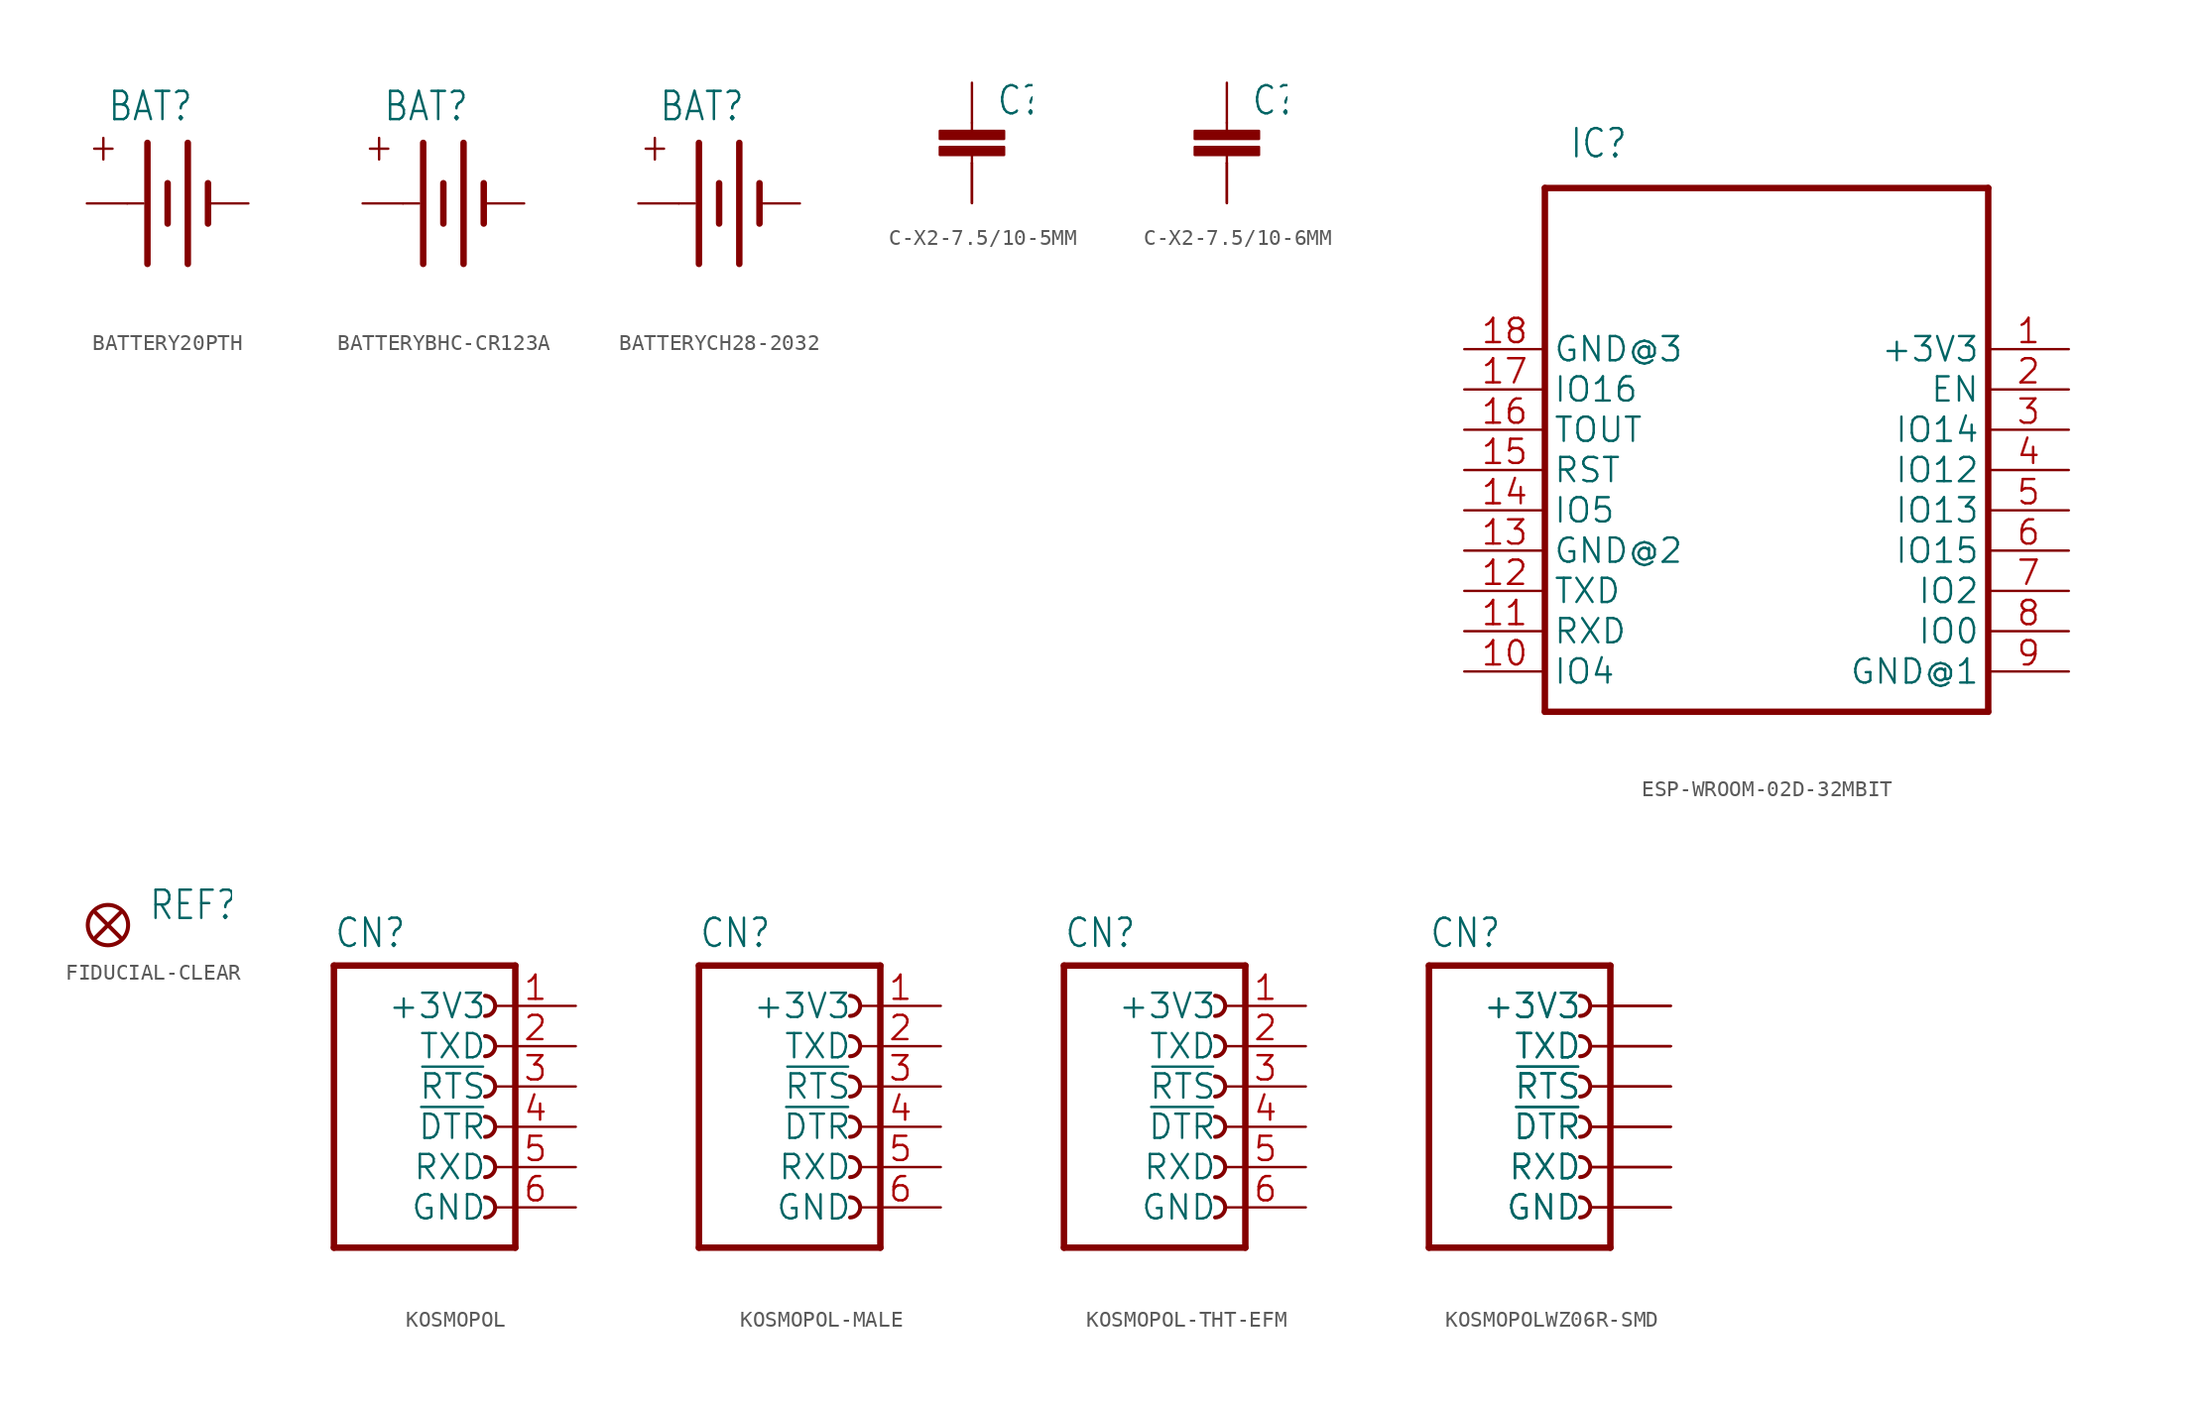
<source format=kicad_sym>
(kicad_symbol_lib
  (version 20241209)
  (generator "kicad_symbol_editor")
  (generator_version "9.0")
  (symbol "BATTERY20PTH"
    (property "Reference" "BAT"
      (at -3.81 5.08 0)
      (effects (font (size 1.778 1.511)) (justify left bottom)))
    (property "Value" ""
      (at -3.81 -6.35 0)
      (effects (font (size 1.778 1.511)) (justify left bottom)))
    (property "ki_locked" ""
      (at 0 0 0)
      (effects (font (size 1.27 1.27))))
    (symbol "BATTERY20PTH_1_0"
      (polyline (pts (xy -2.54 0) (xy -1.524 0)) (stroke (width 0.152) (type solid)) (fill (type none)))
      (polyline (pts (xy -1.27 3.81) (xy -1.27 -3.81)) (stroke (width 0.406) (type solid)) (fill (type none)))
      (polyline (pts (xy 0 1.27) (xy 0 -1.27)) (stroke (width 0.406) (type solid)) (fill (type none)))
      (polyline (pts (xy 1.27 3.81) (xy 1.27 -3.81)) (stroke (width 0.406) (type solid)) (fill (type none)))
      (polyline (pts (xy 2.54 1.27) (xy 2.54 -1.27)) (stroke (width 0.406) (type solid)) (fill (type none)))
      (text "+" (at -5.08 2.54 0) (effects (font (size 1.778 1.511)) (justify left bottom)))
      (pin power_in line (at -5.08 0 0) (length 2.54) (name "+" (effects (font (size 0 0)))) (number "1" (effects (font (size 0 0)))))
      (pin power_in line (at 5.08 0 180) (length 2.54) (name "-" (effects (font (size 0 0)))) (number "2" (effects (font (size 0 0)))))))
  (symbol "BATTERYBHC-CR123A"
    (property "Reference" "BAT"
      (at -3.81 5.08 0)
      (effects (font (size 1.778 1.511)) (justify left bottom)))
    (property "Value" ""
      (at -3.81 -6.35 0)
      (effects (font (size 1.778 1.511)) (justify left bottom)))
    (property "ki_locked" ""
      (at 0 0 0)
      (effects (font (size 1.27 1.27))))
    (symbol "BATTERYBHC-CR123A_1_0"
      (polyline (pts (xy -2.54 0) (xy -1.524 0)) (stroke (width 0.152) (type solid)) (fill (type none)))
      (polyline (pts (xy -1.27 3.81) (xy -1.27 -3.81)) (stroke (width 0.406) (type solid)) (fill (type none)))
      (polyline (pts (xy 0 1.27) (xy 0 -1.27)) (stroke (width 0.406) (type solid)) (fill (type none)))
      (polyline (pts (xy 1.27 3.81) (xy 1.27 -3.81)) (stroke (width 0.406) (type solid)) (fill (type none)))
      (polyline (pts (xy 2.54 1.27) (xy 2.54 -1.27)) (stroke (width 0.406) (type solid)) (fill (type none)))
      (text "+" (at -5.08 2.54 0) (effects (font (size 1.778 1.511)) (justify left bottom)))
      (pin power_in line (at -5.08 0 0) (length 2.54) (name "+" (effects (font (size 0 0)))) (number "VCC" (effects (font (size 0 0)))))
      (pin power_in line (at 5.08 0 180) (length 2.54) (name "-" (effects (font (size 0 0)))) (number "GND" (effects (font (size 0 0)))))))
  (symbol "BATTERYCH28-2032"
    (property "Reference" "BAT"
      (at -3.81 5.08 0)
      (effects (font (size 1.778 1.511)) (justify left bottom)))
    (property "Value" ""
      (at -3.81 -6.35 0)
      (effects (font (size 1.778 1.511)) (justify left bottom)))
    (property "ki_locked" ""
      (at 0 0 0)
      (effects (font (size 1.27 1.27))))
    (symbol "BATTERYCH28-2032_1_0"
      (polyline (pts (xy -2.54 0) (xy -1.524 0)) (stroke (width 0.152) (type solid)) (fill (type none)))
      (polyline (pts (xy -1.27 3.81) (xy -1.27 -3.81)) (stroke (width 0.406) (type solid)) (fill (type none)))
      (polyline (pts (xy 0 1.27) (xy 0 -1.27)) (stroke (width 0.406) (type solid)) (fill (type none)))
      (polyline (pts (xy 1.27 3.81) (xy 1.27 -3.81)) (stroke (width 0.406) (type solid)) (fill (type none)))
      (polyline (pts (xy 2.54 1.27) (xy 2.54 -1.27)) (stroke (width 0.406) (type solid)) (fill (type none)))
      (text "+" (at -5.08 2.54 0) (effects (font (size 1.778 1.511)) (justify left bottom)))
      (pin power_in line (at -5.08 0 0) (length 2.54) (name "+" (effects (font (size 0 0)))) (number "+" (effects (font (size 0 0)))))
      (pin power_in line (at 5.08 0 180) (length 2.54) (name "-" (effects (font (size 0 0)))) (number "-" (effects (font (size 0 0)))))))
  (symbol "C-X2-7.5/10-5MM"
    (property "Reference" "C"
      (at 1.524 0.381 0)
      (effects (font (size 1.778 1.511)) (justify left bottom)))
    (property "Value" ""
      (at 1.524 -4.699 0)
      (effects (font (size 1.778 1.511)) (justify left bottom)))
    (property "ki_locked" ""
      (at 0 0 0)
      (effects (font (size 1.27 1.27))))
    (symbol "C-X2-7.5/10-5MM_1_0"
      (rectangle (start -2.032 -1.016) (end 2.032 -0.508) (stroke (width 0) (type default)) (fill (type outline)))
      (rectangle (start -2.032 -2.032) (end 2.032 -1.524) (stroke (width 0) (type default)) (fill (type outline)))
      (polyline (pts (xy 0 0) (xy 0 -0.508)) (stroke (width 0.152) (type solid)) (fill (type none)))
      (polyline (pts (xy 0 -2.54) (xy 0 -2.032)) (stroke (width 0.152) (type solid)) (fill (type none)))
      (pin passive line (at 0 2.54 270) (length 2.54) (name "1" (effects (font (size 0 0)))) (number "1" (effects (font (size 0 0)))))
      (pin passive line (at 0 -5.08 90) (length 2.54) (name "2" (effects (font (size 0 0)))) (number "2A" (effects (font (size 0 0)))))
      (pin passive line (at 0 -5.08 90) (length 2.54) (name "2" (effects (font (size 0 0)))) (number "2B" (effects (font (size 0 0)))))))
  (symbol "C-X2-7.5/10-6MM"
    (property "Reference" "C"
      (at 1.524 0.381 0)
      (effects (font (size 1.778 1.511)) (justify left bottom)))
    (property "Value" ""
      (at 1.524 -4.699 0)
      (effects (font (size 1.778 1.511)) (justify left bottom)))
    (property "ki_locked" ""
      (at 0 0 0)
      (effects (font (size 1.27 1.27))))
    (symbol "C-X2-7.5/10-6MM_1_0"
      (rectangle (start -2.032 -1.016) (end 2.032 -0.508) (stroke (width 0) (type default)) (fill (type outline)))
      (rectangle (start -2.032 -2.032) (end 2.032 -1.524) (stroke (width 0) (type default)) (fill (type outline)))
      (polyline (pts (xy 0 0) (xy 0 -0.508)) (stroke (width 0.152) (type solid)) (fill (type none)))
      (polyline (pts (xy 0 -2.54) (xy 0 -2.032)) (stroke (width 0.152) (type solid)) (fill (type none)))
      (pin passive line (at 0 2.54 270) (length 2.54) (name "1" (effects (font (size 0 0)))) (number "1" (effects (font (size 0 0)))))
      (pin passive line (at 0 -5.08 90) (length 2.54) (name "2" (effects (font (size 0 0)))) (number "2A" (effects (font (size 0 0)))))
      (pin passive line (at 0 -5.08 90) (length 2.54) (name "2" (effects (font (size 0 0)))) (number "2B" (effects (font (size 0 0)))))))
  (symbol "ESP-WROOM-02D-32MBIT"
    (property "Reference" "IC"
      (at -11.176 22.098 0)
      (effects (font (size 1.778 1.511)) (justify left bottom)))
    (property "Value" ""
      (at -10.16 15.24 0)
      (effects (font (size 1.422 1.209)) (justify left bottom)))
    (property "ki_locked" ""
      (at 0 0 0)
      (effects (font (size 1.27 1.27))))
    (symbol "ESP-WROOM-02D-32MBIT_1_0"
      (polyline (pts (xy -12.7 20.32) (xy -12.7 -12.7)) (stroke (width 0.406) (type solid)) (fill (type none)))
      (polyline (pts (xy -12.7 -12.7) (xy 15.24 -12.7)) (stroke (width 0.406) (type solid)) (fill (type none)))
      (polyline (pts (xy 15.24 20.32) (xy -12.7 20.32)) (stroke (width 0.406) (type solid)) (fill (type none)))
      (polyline (pts (xy 15.24 -12.7) (xy 15.24 20.32)) (stroke (width 0.406) (type solid)) (fill (type none)))
      (pin power_in line (at -17.78 10.16 0) (length 5.08) (name "GND@3" (effects (font (size 1.524 1.524)))) (number "18" (effects (font (size 1.524 1.524)))))
      (pin bidirectional line (at -17.78 7.62 0) (length 5.08) (name "IO16" (effects (font (size 1.524 1.524)))) (number "17" (effects (font (size 1.524 1.524)))))
      (pin bidirectional line (at -17.78 5.08 0) (length 5.08) (name "TOUT" (effects (font (size 1.524 1.524)))) (number "16" (effects (font (size 1.524 1.524)))))
      (pin bidirectional line (at -17.78 2.54 0) (length 5.08) (name "RST" (effects (font (size 1.524 1.524)))) (number "15" (effects (font (size 1.524 1.524)))))
      (pin bidirectional line (at -17.78 0 0) (length 5.08) (name "IO5" (effects (font (size 1.524 1.524)))) (number "14" (effects (font (size 1.524 1.524)))))
      (pin power_in line (at -17.78 -2.54 0) (length 5.08) (name "GND@2" (effects (font (size 1.524 1.524)))) (number "13" (effects (font (size 1.524 1.524)))))
      (pin bidirectional line (at -17.78 -5.08 0) (length 5.08) (name "TXD" (effects (font (size 1.524 1.524)))) (number "12" (effects (font (size 1.524 1.524)))))
      (pin bidirectional line (at -17.78 -7.62 0) (length 5.08) (name "RXD" (effects (font (size 1.524 1.524)))) (number "11" (effects (font (size 1.524 1.524)))))
      (pin bidirectional line (at -17.78 -10.16 0) (length 5.08) (name "IO4" (effects (font (size 1.524 1.524)))) (number "10" (effects (font (size 1.524 1.524)))))
      (pin power_in line (at 20.32 10.16 180) (length 5.08) (name "+3V3" (effects (font (size 1.524 1.524)))) (number "1" (effects (font (size 1.524 1.524)))))
      (pin bidirectional line (at 20.32 7.62 180) (length 5.08) (name "EN" (effects (font (size 1.524 1.524)))) (number "2" (effects (font (size 1.524 1.524)))))
      (pin bidirectional line (at 20.32 5.08 180) (length 5.08) (name "IO14" (effects (font (size 1.524 1.524)))) (number "3" (effects (font (size 1.524 1.524)))))
      (pin bidirectional line (at 20.32 2.54 180) (length 5.08) (name "IO12" (effects (font (size 1.524 1.524)))) (number "4" (effects (font (size 1.524 1.524)))))
      (pin bidirectional line (at 20.32 0 180) (length 5.08) (name "IO13" (effects (font (size 1.524 1.524)))) (number "5" (effects (font (size 1.524 1.524)))))
      (pin bidirectional line (at 20.32 -2.54 180) (length 5.08) (name "IO15" (effects (font (size 1.524 1.524)))) (number "6" (effects (font (size 1.524 1.524)))))
      (pin bidirectional line (at 20.32 -5.08 180) (length 5.08) (name "IO2" (effects (font (size 1.524 1.524)))) (number "7" (effects (font (size 1.524 1.524)))))
      (pin bidirectional line (at 20.32 -7.62 180) (length 5.08) (name "IO0" (effects (font (size 1.524 1.524)))) (number "8" (effects (font (size 1.524 1.524)))))
      (pin power_in line (at 20.32 -10.16 180) (length 5.08) (name "GND@1" (effects (font (size 1.524 1.524)))) (number "9" (effects (font (size 1.524 1.524)))))))
  (symbol "FIDUCIAL-CLEAR"
    (property "Reference" "REF"
      (at 2.54 1.27 0)
      (effects (font (size 1.778 1.511)) (justify left)))
    (property "Value" ""
      (at 2.54 -1.27 0)
      (effects (font (size 1.778 1.511)) (justify left)))
    (property "ki_locked" ""
      (at 0 0 0)
      (effects (font (size 1.27 1.27))))
    (symbol "FIDUCIAL-CLEAR_1_0"
      (polyline (pts (xy -0.762 0.762) (xy 0.762 -0.762)) (stroke (width 0.254) (type solid)) (fill (type none)))
      (circle (center 0 0) (radius 1.27) (stroke (width 0.254) (type solid)) (fill (type none)))
      (polyline (pts (xy 0.762 0.762) (xy -0.762 -0.762)) (stroke (width 0.254) (type solid)) (fill (type none)))))
  (symbol "KOSMOPOL"
    (property "Reference" "CN"
      (at -5.08 11.176 0)
      (effects (font (size 1.778 1.511)) (justify left bottom)))
    (property "Value" ""
      (at -5.08 -8.382 0)
      (effects (font (size 1.778 1.511)) (justify left top)))
    (property "ki_locked" ""
      (at 0 0 0)
      (effects (font (size 1.27 1.27))))
    (symbol "KOSMOPOL_1_0"
      (polyline (pts (xy -5.08 -7.62) (xy -5.08 10.16)) (stroke (width 0.406) (type solid)) (fill (type none)))
      (polyline (pts (xy -5.08 -7.62) (xy 6.35 -7.62)) (stroke (width 0.406) (type solid)) (fill (type none)))
      (arc (start 4.445 8.255) (mid 5.08 7.62) (end 4.445 6.985) (stroke (width 0.254) (type solid)) (fill (type none)))
      (arc (start 4.445 5.715) (mid 5.08 5.08) (end 4.445 4.445) (stroke (width 0.254) (type solid)) (fill (type none)))
      (arc (start 4.445 3.175) (mid 5.08 2.54) (end 4.445 1.905) (stroke (width 0.254) (type solid)) (fill (type none)))
      (arc (start 4.445 0.635) (mid 5.08 0) (end 4.445 -0.635) (stroke (width 0.254) (type solid)) (fill (type none)))
      (arc (start 4.445 -1.905) (mid 5.08 -2.54) (end 4.445 -3.175) (stroke (width 0.254) (type solid)) (fill (type none)))
      (arc (start 4.445 -4.445) (mid 5.08 -5.08) (end 4.445 -5.715) (stroke (width 0.254) (type solid)) (fill (type none)))
      (polyline (pts (xy 6.35 10.16) (xy -5.08 10.16)) (stroke (width 0.406) (type solid)) (fill (type none)))
      (polyline (pts (xy 6.35 10.16) (xy 6.35 -7.62)) (stroke (width 0.406) (type solid)) (fill (type none)))
      (pin power_in line (at 10.16 7.62 180) (length 5.08) (name "+3V3" (effects (font (size 1.524 1.524)))) (number "1" (effects (font (size 1.524 1.524)))))
      (pin output line (at 10.16 5.08 180) (length 5.08) (name "TXD" (effects (font (size 1.524 1.524)))) (number "2" (effects (font (size 1.524 1.524)))))
      (pin output line (at 10.16 2.54 180) (length 5.08) (name "~{RTS}" (effects (font (size 1.524 1.524)))) (number "3" (effects (font (size 1.524 1.524)))))
      (pin output line (at 10.16 0 180) (length 5.08) (name "~{DTR}" (effects (font (size 1.524 1.524)))) (number "4" (effects (font (size 1.524 1.524)))))
      (pin input line (at 10.16 -2.54 180) (length 5.08) (name "RXD" (effects (font (size 1.524 1.524)))) (number "5" (effects (font (size 1.524 1.524)))))
      (pin power_in line (at 10.16 -5.08 180) (length 5.08) (name "GND" (effects (font (size 1.524 1.524)))) (number "6" (effects (font (size 1.524 1.524)))))))
  (symbol "KOSMOPOL-MALE"
    (property "Reference" "CN"
      (at -5.08 11.176 0)
      (effects (font (size 1.778 1.511)) (justify left bottom)))
    (property "Value" ""
      (at -5.08 -8.382 0)
      (effects (font (size 1.778 1.511)) (justify left top)))
    (property "ki_locked" ""
      (at 0 0 0)
      (effects (font (size 1.27 1.27))))
    (symbol "KOSMOPOL-MALE_1_0"
      (polyline (pts (xy -5.08 -7.62) (xy -5.08 10.16)) (stroke (width 0.406) (type solid)) (fill (type none)))
      (polyline (pts (xy -5.08 -7.62) (xy 6.35 -7.62)) (stroke (width 0.406) (type solid)) (fill (type none)))
      (arc (start 4.445 8.255) (mid 5.08 7.62) (end 4.445 6.985) (stroke (width 0.254) (type solid)) (fill (type none)))
      (arc (start 4.445 5.715) (mid 5.08 5.08) (end 4.445 4.445) (stroke (width 0.254) (type solid)) (fill (type none)))
      (arc (start 4.445 3.175) (mid 5.08 2.54) (end 4.445 1.905) (stroke (width 0.254) (type solid)) (fill (type none)))
      (arc (start 4.445 0.635) (mid 5.08 0) (end 4.445 -0.635) (stroke (width 0.254) (type solid)) (fill (type none)))
      (arc (start 4.445 -1.905) (mid 5.08 -2.54) (end 4.445 -3.175) (stroke (width 0.254) (type solid)) (fill (type none)))
      (arc (start 4.445 -4.445) (mid 5.08 -5.08) (end 4.445 -5.715) (stroke (width 0.254) (type solid)) (fill (type none)))
      (polyline (pts (xy 6.35 10.16) (xy -5.08 10.16)) (stroke (width 0.406) (type solid)) (fill (type none)))
      (polyline (pts (xy 6.35 10.16) (xy 6.35 -7.62)) (stroke (width 0.406) (type solid)) (fill (type none)))
      (pin power_in line (at 10.16 7.62 180) (length 5.08) (name "+3V3" (effects (font (size 1.524 1.524)))) (number "1" (effects (font (size 1.524 1.524)))))
      (pin output line (at 10.16 5.08 180) (length 5.08) (name "TXD" (effects (font (size 1.524 1.524)))) (number "2" (effects (font (size 1.524 1.524)))))
      (pin output line (at 10.16 2.54 180) (length 5.08) (name "~{RTS}" (effects (font (size 1.524 1.524)))) (number "3" (effects (font (size 1.524 1.524)))))
      (pin output line (at 10.16 0 180) (length 5.08) (name "~{DTR}" (effects (font (size 1.524 1.524)))) (number "4" (effects (font (size 1.524 1.524)))))
      (pin input line (at 10.16 -2.54 180) (length 5.08) (name "RXD" (effects (font (size 1.524 1.524)))) (number "5" (effects (font (size 1.524 1.524)))))
      (pin power_in line (at 10.16 -5.08 180) (length 5.08) (name "GND" (effects (font (size 1.524 1.524)))) (number "6" (effects (font (size 1.524 1.524)))))))
  (symbol "KOSMOPOL-THT-EFM"
    (property "Reference" "CN"
      (at -5.08 11.176 0)
      (effects (font (size 1.778 1.511)) (justify left bottom)))
    (property "Value" ""
      (at -5.08 -8.382 0)
      (effects (font (size 1.778 1.511)) (justify left top)))
    (property "ki_locked" ""
      (at 0 0 0)
      (effects (font (size 1.27 1.27))))
    (symbol "KOSMOPOL-THT-EFM_1_0"
      (polyline (pts (xy -5.08 -7.62) (xy -5.08 10.16)) (stroke (width 0.406) (type solid)) (fill (type none)))
      (polyline (pts (xy -5.08 -7.62) (xy 6.35 -7.62)) (stroke (width 0.406) (type solid)) (fill (type none)))
      (arc (start 4.445 8.255) (mid 5.08 7.62) (end 4.445 6.985) (stroke (width 0.254) (type solid)) (fill (type none)))
      (arc (start 4.445 5.715) (mid 5.08 5.08) (end 4.445 4.445) (stroke (width 0.254) (type solid)) (fill (type none)))
      (arc (start 4.445 3.175) (mid 5.08 2.54) (end 4.445 1.905) (stroke (width 0.254) (type solid)) (fill (type none)))
      (arc (start 4.445 0.635) (mid 5.08 0) (end 4.445 -0.635) (stroke (width 0.254) (type solid)) (fill (type none)))
      (arc (start 4.445 -1.905) (mid 5.08 -2.54) (end 4.445 -3.175) (stroke (width 0.254) (type solid)) (fill (type none)))
      (arc (start 4.445 -4.445) (mid 5.08 -5.08) (end 4.445 -5.715) (stroke (width 0.254) (type solid)) (fill (type none)))
      (polyline (pts (xy 6.35 10.16) (xy -5.08 10.16)) (stroke (width 0.406) (type solid)) (fill (type none)))
      (polyline (pts (xy 6.35 10.16) (xy 6.35 -7.62)) (stroke (width 0.406) (type solid)) (fill (type none)))
      (pin power_in line (at 10.16 7.62 180) (length 5.08) (name "+3V3" (effects (font (size 1.524 1.524)))) (number "1" (effects (font (size 1.524 1.524)))))
      (pin output line (at 10.16 5.08 180) (length 5.08) (name "TXD" (effects (font (size 1.524 1.524)))) (number "2" (effects (font (size 1.524 1.524)))))
      (pin output line (at 10.16 2.54 180) (length 5.08) (name "~{RTS}" (effects (font (size 1.524 1.524)))) (number "3" (effects (font (size 1.524 1.524)))))
      (pin output line (at 10.16 0 180) (length 5.08) (name "~{DTR}" (effects (font (size 1.524 1.524)))) (number "4" (effects (font (size 1.524 1.524)))))
      (pin input line (at 10.16 -2.54 180) (length 5.08) (name "RXD" (effects (font (size 1.524 1.524)))) (number "5" (effects (font (size 1.524 1.524)))))
      (pin power_in line (at 10.16 -5.08 180) (length 5.08) (name "GND" (effects (font (size 1.524 1.524)))) (number "6" (effects (font (size 1.524 1.524)))))))
  (symbol "KOSMOPOLWZ06R-SMD"
    (property "Reference" "CN"
      (at -5.08 11.176 0)
      (effects (font (size 1.778 1.511)) (justify left bottom)))
    (property "Value" ""
      (at -5.08 -8.382 0)
      (effects (font (size 1.778 1.511)) (justify left top)))
    (property "ki_locked" ""
      (at 0 0 0)
      (effects (font (size 1.27 1.27))))
    (symbol "KOSMOPOLWZ06R-SMD_1_0"
      (polyline (pts (xy -5.08 -7.62) (xy -5.08 10.16)) (stroke (width 0.406) (type solid)) (fill (type none)))
      (polyline (pts (xy -5.08 -7.62) (xy 6.35 -7.62)) (stroke (width 0.406) (type solid)) (fill (type none)))
      (arc (start 4.445 8.255) (mid 5.08 7.62) (end 4.445 6.985) (stroke (width 0.254) (type solid)) (fill (type none)))
      (arc (start 4.445 5.715) (mid 5.08 5.08) (end 4.445 4.445) (stroke (width 0.254) (type solid)) (fill (type none)))
      (arc (start 4.445 3.175) (mid 5.08 2.54) (end 4.445 1.905) (stroke (width 0.254) (type solid)) (fill (type none)))
      (arc (start 4.445 0.635) (mid 5.08 0) (end 4.445 -0.635) (stroke (width 0.254) (type solid)) (fill (type none)))
      (arc (start 4.445 -1.905) (mid 5.08 -2.54) (end 4.445 -3.175) (stroke (width 0.254) (type solid)) (fill (type none)))
      (arc (start 4.445 -4.445) (mid 5.08 -5.08) (end 4.445 -5.715) (stroke (width 0.254) (type solid)) (fill (type none)))
      (polyline (pts (xy 6.35 10.16) (xy -5.08 10.16)) (stroke (width 0.406) (type solid)) (fill (type none)))
      (polyline (pts (xy 6.35 10.16) (xy 6.35 -7.62)) (stroke (width 0.406) (type solid)) (fill (type none)))
      (pin power_in line (at 10.16 7.62 180) (length 5.08) (name "+3V3" (effects (font (size 1.524 1.524)))) (number "1" (effects (font (size 0 0)))))
      (pin power_in line (at 10.16 7.62 180) (length 5.08) (name "+3V3" (effects (font (size 1.524 1.524)))) (number "P1" (effects (font (size 0 0)))))
      (pin output line (at 10.16 5.08 180) (length 5.08) (name "TXD" (effects (font (size 1.524 1.524)))) (number "2" (effects (font (size 0 0)))))
      (pin output line (at 10.16 5.08 180) (length 5.08) (name "TXD" (effects (font (size 1.524 1.524)))) (number "P2" (effects (font (size 0 0)))))
      (pin output line (at 10.16 2.54 180) (length 5.08) (name "~{RTS}" (effects (font (size 1.524 1.524)))) (number "3" (effects (font (size 0 0)))))
      (pin output line (at 10.16 2.54 180) (length 5.08) (name "~{RTS}" (effects (font (size 1.524 1.524)))) (number "P3" (effects (font (size 0 0)))))
      (pin output line (at 10.16 0 180) (length 5.08) (name "~{DTR}" (effects (font (size 1.524 1.524)))) (number "4" (effects (font (size 0 0)))))
      (pin output line (at 10.16 0 180) (length 5.08) (name "~{DTR}" (effects (font (size 1.524 1.524)))) (number "P4" (effects (font (size 0 0)))))
      (pin input line (at 10.16 -2.54 180) (length 5.08) (name "RXD" (effects (font (size 1.524 1.524)))) (number "5" (effects (font (size 0 0)))))
      (pin input line (at 10.16 -2.54 180) (length 5.08) (name "RXD" (effects (font (size 1.524 1.524)))) (number "P5" (effects (font (size 0 0)))))
      (pin power_in line (at 10.16 -5.08 180) (length 5.08) (name "GND" (effects (font (size 1.524 1.524)))) (number "6" (effects (font (size 0 0)))))
      (pin power_in line (at 10.16 -5.08 180) (length 5.08) (name "GND" (effects (font (size 1.524 1.524)))) (number "P6" (effects (font (size 0 0))))))))
</source>
